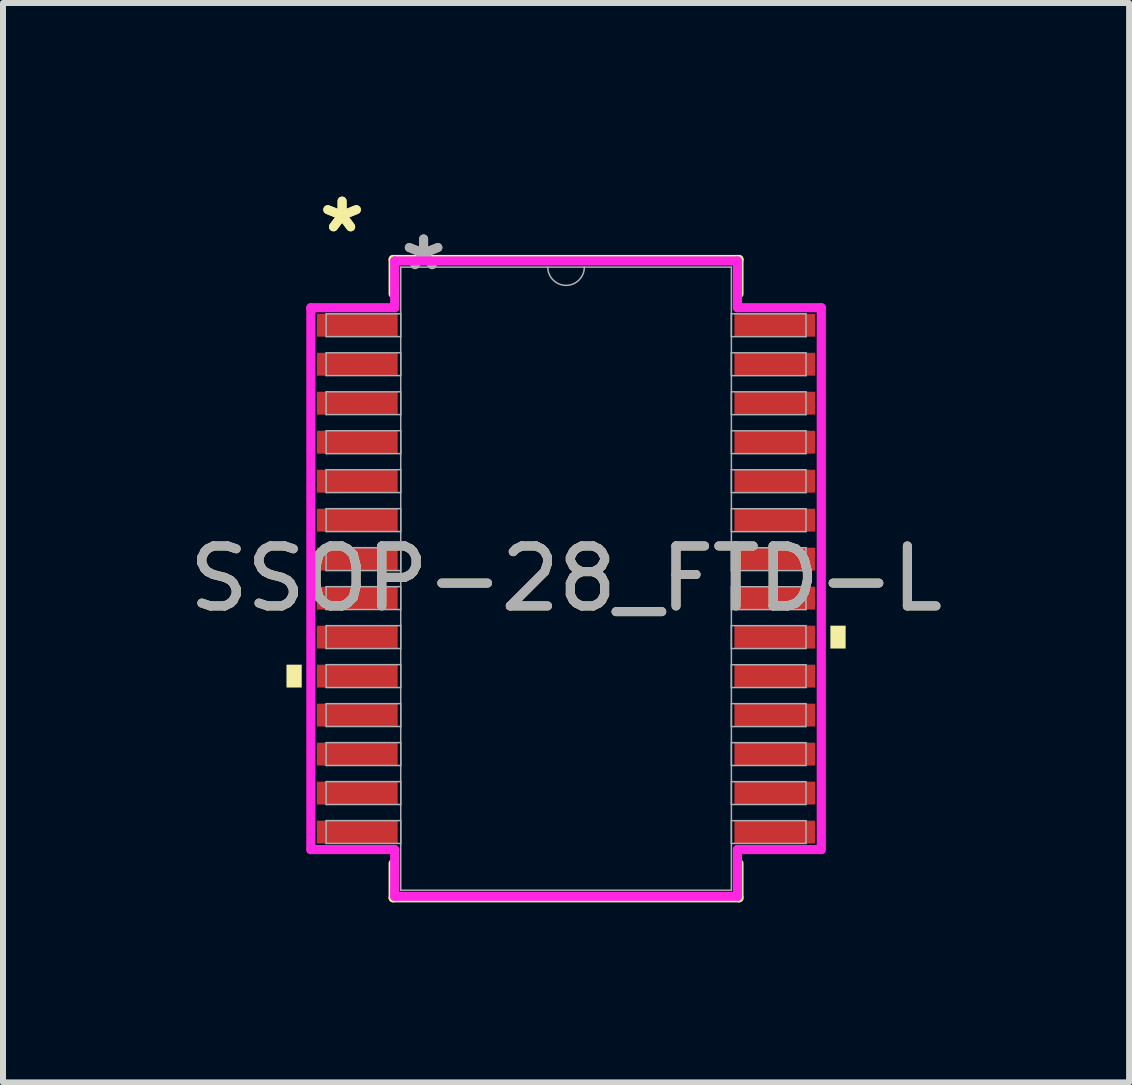
<source format=kicad_pcb>
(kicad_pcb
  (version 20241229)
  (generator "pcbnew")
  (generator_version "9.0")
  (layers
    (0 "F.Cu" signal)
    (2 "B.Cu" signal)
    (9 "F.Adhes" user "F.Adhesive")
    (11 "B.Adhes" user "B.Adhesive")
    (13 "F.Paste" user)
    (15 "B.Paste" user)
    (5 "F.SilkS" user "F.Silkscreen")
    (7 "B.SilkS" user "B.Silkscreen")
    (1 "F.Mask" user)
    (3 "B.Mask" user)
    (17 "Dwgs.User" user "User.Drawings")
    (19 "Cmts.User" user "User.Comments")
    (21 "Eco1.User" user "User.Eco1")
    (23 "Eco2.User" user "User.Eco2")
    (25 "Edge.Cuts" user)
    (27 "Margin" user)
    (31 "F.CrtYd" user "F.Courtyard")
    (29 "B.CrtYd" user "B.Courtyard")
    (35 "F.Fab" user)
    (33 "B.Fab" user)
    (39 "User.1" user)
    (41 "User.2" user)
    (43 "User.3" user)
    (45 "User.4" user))
  (footprint "SSOP-28_FTD-L"
    (layer "F.Cu")
    (at 6.387 6.597)
    (property "Reference" "SSOP-28_FTD-L" (at 0 0 0) (unlocked yes) (layer "F.SilkS") (effects (font (size 1 1) (thickness 0.15))))
    (attr smd)
    (fp_line (start -2.883 -5.321) (end -2.883 -4.748) (stroke (width 0.152) (type solid)) (layer "F.SilkS"))
    (fp_line (start -2.883 4.748) (end -2.883 5.321) (stroke (width 0.152) (type solid)) (layer "F.SilkS"))
    (fp_line (start -2.883 5.321) (end 2.883 5.321) (stroke (width 0.152) (type solid)) (layer "F.SilkS"))
    (fp_line (start 2.883 -5.321) (end -2.883 -5.321) (stroke (width 0.152) (type solid)) (layer "F.SilkS"))
    (fp_line (start 2.883 -4.748) (end 2.883 -5.321) (stroke (width 0.152) (type solid)) (layer "F.SilkS"))
    (fp_line (start 2.883 5.321) (end 2.883 4.748) (stroke (width 0.152) (type solid)) (layer "F.SilkS"))
    (fp_poly (pts (xy -4.661 1.434) (xy -4.661 1.815) (xy -4.407 1.815) (xy -4.407 1.434)) (stroke (width 0) (type solid)) (fill yes) (layer "F.SilkS"))
    (fp_poly (pts (xy 4.661 0.784) (xy 4.661 1.165) (xy 4.407 1.165) (xy 4.407 0.784)) (stroke (width 0) (type solid)) (fill yes) (layer "F.SilkS"))
    (fp_line (start -4.255 -4.517) (end -2.857 -4.517) (stroke (width 0.152) (type solid)) (layer "F.CrtYd"))
    (fp_line (start -4.255 4.517) (end -4.255 -4.517) (stroke (width 0.152) (type solid)) (layer "F.CrtYd"))
    (fp_line (start -4.255 4.517) (end -2.857 4.517) (stroke (width 0.152) (type solid)) (layer "F.CrtYd"))
    (fp_line (start -2.857 -5.296) (end 2.857 -5.296) (stroke (width 0.152) (type solid)) (layer "F.CrtYd"))
    (fp_line (start -2.857 -4.517) (end -2.857 -5.296) (stroke (width 0.152) (type solid)) (layer "F.CrtYd"))
    (fp_line (start -2.857 5.296) (end -2.857 4.517) (stroke (width 0.152) (type solid)) (layer "F.CrtYd"))
    (fp_line (start 2.857 -5.296) (end 2.857 -4.517) (stroke (width 0.152) (type solid)) (layer "F.CrtYd"))
    (fp_line (start 2.857 4.517) (end 2.857 5.296) (stroke (width 0.152) (type solid)) (layer "F.CrtYd"))
    (fp_line (start 2.857 5.296) (end -2.857 5.296) (stroke (width 0.152) (type solid)) (layer "F.CrtYd"))
    (fp_line (start 4.255 -4.517) (end 2.857 -4.517) (stroke (width 0.152) (type solid)) (layer "F.CrtYd"))
    (fp_line (start 4.255 -4.517) (end 4.255 4.517) (stroke (width 0.152) (type solid)) (layer "F.CrtYd"))
    (fp_line (start 4.255 4.517) (end 2.857 4.517) (stroke (width 0.152) (type solid)) (layer "F.CrtYd"))
    (fp_line (start -4 -4.415) (end -4 -4.035) (stroke (width 0.025) (type solid)) (layer "F.Fab"))
    (fp_line (start -4 -4.035) (end -2.756 -4.035) (stroke (width 0.025) (type solid)) (layer "F.Fab"))
    (fp_line (start -4 -3.765) (end -4 -3.385) (stroke (width 0.025) (type solid)) (layer "F.Fab"))
    (fp_line (start -4 -3.385) (end -2.756 -3.385) (stroke (width 0.025) (type solid)) (layer "F.Fab"))
    (fp_line (start -4 -3.115) (end -4 -2.735) (stroke (width 0.025) (type solid)) (layer "F.Fab"))
    (fp_line (start -4 -2.735) (end -2.756 -2.735) (stroke (width 0.025) (type solid)) (layer "F.Fab"))
    (fp_line (start -4 -2.466) (end -4 -2.084) (stroke (width 0.025) (type solid)) (layer "F.Fab"))
    (fp_line (start -4 -2.084) (end -2.756 -2.084) (stroke (width 0.025) (type solid)) (layer "F.Fab"))
    (fp_line (start -4 -1.816) (end -4 -1.435) (stroke (width 0.025) (type solid)) (layer "F.Fab"))
    (fp_line (start -4 -1.435) (end -2.756 -1.435) (stroke (width 0.025) (type solid)) (layer "F.Fab"))
    (fp_line (start -4 -1.166) (end -4 -0.785) (stroke (width 0.025) (type solid)) (layer "F.Fab"))
    (fp_line (start -4 -0.785) (end -2.756 -0.785) (stroke (width 0.025) (type solid)) (layer "F.Fab"))
    (fp_line (start -4 -0.516) (end -4 -0.135) (stroke (width 0.025) (type solid)) (layer "F.Fab"))
    (fp_line (start -4 -0.135) (end -2.756 -0.135) (stroke (width 0.025) (type solid)) (layer "F.Fab"))
    (fp_line (start -4 0.134) (end -4 0.515) (stroke (width 0.025) (type solid)) (layer "F.Fab"))
    (fp_line (start -4 0.515) (end -2.756 0.515) (stroke (width 0.025) (type solid)) (layer "F.Fab"))
    (fp_line (start -4 0.784) (end -4 1.165) (stroke (width 0.025) (type solid)) (layer "F.Fab"))
    (fp_line (start -4 1.165) (end -2.756 1.165) (stroke (width 0.025) (type solid)) (layer "F.Fab"))
    (fp_line (start -4 1.434) (end -4 1.815) (stroke (width 0.025) (type solid)) (layer "F.Fab"))
    (fp_line (start -4 1.815) (end -2.756 1.815) (stroke (width 0.025) (type solid)) (layer "F.Fab"))
    (fp_line (start -4 2.084) (end -4 2.465) (stroke (width 0.025) (type solid)) (layer "F.Fab"))
    (fp_line (start -4 2.465) (end -2.756 2.465) (stroke (width 0.025) (type solid)) (layer "F.Fab"))
    (fp_line (start -4 2.734) (end -4 3.115) (stroke (width 0.025) (type solid)) (layer "F.Fab"))
    (fp_line (start -4 3.115) (end -2.756 3.115) (stroke (width 0.025) (type solid)) (layer "F.Fab"))
    (fp_line (start -4 3.384) (end -4 3.765) (stroke (width 0.025) (type solid)) (layer "F.Fab"))
    (fp_line (start -4 3.765) (end -2.756 3.765) (stroke (width 0.025) (type solid)) (layer "F.Fab"))
    (fp_line (start -4 4.034) (end -4 4.415) (stroke (width 0.025) (type solid)) (layer "F.Fab"))
    (fp_line (start -4 4.415) (end -2.756 4.415) (stroke (width 0.025) (type solid)) (layer "F.Fab"))
    (fp_line (start -2.756 -5.194) (end -2.756 5.194) (stroke (width 0.025) (type solid)) (layer "F.Fab"))
    (fp_line (start -2.756 -4.415) (end -4 -4.415) (stroke (width 0.025) (type solid)) (layer "F.Fab"))
    (fp_line (start -2.756 -4.035) (end -2.756 -4.415) (stroke (width 0.025) (type solid)) (layer "F.Fab"))
    (fp_line (start -2.756 -3.765) (end -4 -3.765) (stroke (width 0.025) (type solid)) (layer "F.Fab"))
    (fp_line (start -2.756 -3.385) (end -2.756 -3.765) (stroke (width 0.025) (type solid)) (layer "F.Fab"))
    (fp_line (start -2.756 -3.115) (end -4 -3.115) (stroke (width 0.025) (type solid)) (layer "F.Fab"))
    (fp_line (start -2.756 -2.735) (end -2.756 -3.115) (stroke (width 0.025) (type solid)) (layer "F.Fab"))
    (fp_line (start -2.756 -2.466) (end -4 -2.466) (stroke (width 0.025) (type solid)) (layer "F.Fab"))
    (fp_line (start -2.756 -2.084) (end -2.756 -2.466) (stroke (width 0.025) (type solid)) (layer "F.Fab"))
    (fp_line (start -2.756 -1.816) (end -4 -1.816) (stroke (width 0.025) (type solid)) (layer "F.Fab"))
    (fp_line (start -2.756 -1.435) (end -2.756 -1.816) (stroke (width 0.025) (type solid)) (layer "F.Fab"))
    (fp_line (start -2.756 -1.166) (end -4 -1.166) (stroke (width 0.025) (type solid)) (layer "F.Fab"))
    (fp_line (start -2.756 -0.785) (end -2.756 -1.166) (stroke (width 0.025) (type solid)) (layer "F.Fab"))
    (fp_line (start -2.756 -0.516) (end -4 -0.516) (stroke (width 0.025) (type solid)) (layer "F.Fab"))
    (fp_line (start -2.756 -0.135) (end -2.756 -0.516) (stroke (width 0.025) (type solid)) (layer "F.Fab"))
    (fp_line (start -2.756 0.134) (end -4 0.134) (stroke (width 0.025) (type solid)) (layer "F.Fab"))
    (fp_line (start -2.756 0.515) (end -2.756 0.134) (stroke (width 0.025) (type solid)) (layer "F.Fab"))
    (fp_line (start -2.756 0.784) (end -4 0.784) (stroke (width 0.025) (type solid)) (layer "F.Fab"))
    (fp_line (start -2.756 1.165) (end -2.756 0.784) (stroke (width 0.025) (type solid)) (layer "F.Fab"))
    (fp_line (start -2.756 1.434) (end -4 1.434) (stroke (width 0.025) (type solid)) (layer "F.Fab"))
    (fp_line (start -2.756 1.815) (end -2.756 1.434) (stroke (width 0.025) (type solid)) (layer "F.Fab"))
    (fp_line (start -2.756 2.084) (end -4 2.084) (stroke (width 0.025) (type solid)) (layer "F.Fab"))
    (fp_line (start -2.756 2.465) (end -2.756 2.084) (stroke (width 0.025) (type solid)) (layer "F.Fab"))
    (fp_line (start -2.756 2.734) (end -4 2.734) (stroke (width 0.025) (type solid)) (layer "F.Fab"))
    (fp_line (start -2.756 3.115) (end -2.756 2.734) (stroke (width 0.025) (type solid)) (layer "F.Fab"))
    (fp_line (start -2.756 3.384) (end -4 3.384) (stroke (width 0.025) (type solid)) (layer "F.Fab"))
    (fp_line (start -2.756 3.765) (end -2.756 3.384) (stroke (width 0.025) (type solid)) (layer "F.Fab"))
    (fp_line (start -2.756 4.034) (end -4 4.034) (stroke (width 0.025) (type solid)) (layer "F.Fab"))
    (fp_line (start -2.756 4.415) (end -2.756 4.034) (stroke (width 0.025) (type solid)) (layer "F.Fab"))
    (fp_line (start -2.756 5.194) (end 2.756 5.194) (stroke (width 0.025) (type solid)) (layer "F.Fab"))
    (fp_line (start 2.756 -5.194) (end -2.756 -5.194) (stroke (width 0.025) (type solid)) (layer "F.Fab"))
    (fp_line (start 2.756 -4.415) (end 2.756 -4.034) (stroke (width 0.025) (type solid)) (layer "F.Fab"))
    (fp_line (start 2.756 -4.034) (end 4 -4.034) (stroke (width 0.025) (type solid)) (layer "F.Fab"))
    (fp_line (start 2.756 -3.765) (end 2.756 -3.384) (stroke (width 0.025) (type solid)) (layer "F.Fab"))
    (fp_line (start 2.756 -3.384) (end 4 -3.384) (stroke (width 0.025) (type solid)) (layer "F.Fab"))
    (fp_line (start 2.756 -3.115) (end 2.756 -2.734) (stroke (width 0.025) (type solid)) (layer "F.Fab"))
    (fp_line (start 2.756 -2.734) (end 4 -2.734) (stroke (width 0.025) (type solid)) (layer "F.Fab"))
    (fp_line (start 2.756 -2.465) (end 2.756 -2.084) (stroke (width 0.025) (type solid)) (layer "F.Fab"))
    (fp_line (start 2.756 -2.084) (end 4 -2.084) (stroke (width 0.025) (type solid)) (layer "F.Fab"))
    (fp_line (start 2.756 -1.815) (end 2.756 -1.434) (stroke (width 0.025) (type solid)) (layer "F.Fab"))
    (fp_line (start 2.756 -1.434) (end 4 -1.434) (stroke (width 0.025) (type solid)) (layer "F.Fab"))
    (fp_line (start 2.756 -1.165) (end 2.756 -0.784) (stroke (width 0.025) (type solid)) (layer "F.Fab"))
    (fp_line (start 2.756 -0.784) (end 4 -0.784) (stroke (width 0.025) (type solid)) (layer "F.Fab"))
    (fp_line (start 2.756 -0.515) (end 2.756 -0.134) (stroke (width 0.025) (type solid)) (layer "F.Fab"))
    (fp_line (start 2.756 -0.134) (end 4 -0.134) (stroke (width 0.025) (type solid)) (layer "F.Fab"))
    (fp_line (start 2.756 0.135) (end 2.756 0.516) (stroke (width 0.025) (type solid)) (layer "F.Fab"))
    (fp_line (start 2.756 0.516) (end 4 0.516) (stroke (width 0.025) (type solid)) (layer "F.Fab"))
    (fp_line (start 2.756 0.784) (end 2.756 1.165) (stroke (width 0.025) (type solid)) (layer "F.Fab"))
    (fp_line (start 2.756 1.165) (end 4 1.165) (stroke (width 0.025) (type solid)) (layer "F.Fab"))
    (fp_line (start 2.756 1.435) (end 2.756 1.815) (stroke (width 0.025) (type solid)) (layer "F.Fab"))
    (fp_line (start 2.756 1.815) (end 4 1.815) (stroke (width 0.025) (type solid)) (layer "F.Fab"))
    (fp_line (start 2.756 2.084) (end 2.756 2.466) (stroke (width 0.025) (type solid)) (layer "F.Fab"))
    (fp_line (start 2.756 2.466) (end 4 2.466) (stroke (width 0.025) (type solid)) (layer "F.Fab"))
    (fp_line (start 2.756 2.735) (end 2.756 3.115) (stroke (width 0.025) (type solid)) (layer "F.Fab"))
    (fp_line (start 2.756 3.115) (end 4 3.115) (stroke (width 0.025) (type solid)) (layer "F.Fab"))
    (fp_line (start 2.756 3.385) (end 2.756 3.765) (stroke (width 0.025) (type solid)) (layer "F.Fab"))
    (fp_line (start 2.756 3.765) (end 4 3.765) (stroke (width 0.025) (type solid)) (layer "F.Fab"))
    (fp_line (start 2.756 4.035) (end 2.756 4.415) (stroke (width 0.025) (type solid)) (layer "F.Fab"))
    (fp_line (start 2.756 4.415) (end 4 4.415) (stroke (width 0.025) (type solid)) (layer "F.Fab"))
    (fp_line (start 2.756 5.194) (end 2.756 -5.194) (stroke (width 0.025) (type solid)) (layer "F.Fab"))
    (fp_line (start 4 -4.415) (end 2.756 -4.415) (stroke (width 0.025) (type solid)) (layer "F.Fab"))
    (fp_line (start 4 -4.034) (end 4 -4.415) (stroke (width 0.025) (type solid)) (layer "F.Fab"))
    (fp_line (start 4 -3.765) (end 2.756 -3.765) (stroke (width 0.025) (type solid)) (layer "F.Fab"))
    (fp_line (start 4 -3.384) (end 4 -3.765) (stroke (width 0.025) (type solid)) (layer "F.Fab"))
    (fp_line (start 4 -3.115) (end 2.756 -3.115) (stroke (width 0.025) (type solid)) (layer "F.Fab"))
    (fp_line (start 4 -2.734) (end 4 -3.115) (stroke (width 0.025) (type solid)) (layer "F.Fab"))
    (fp_line (start 4 -2.465) (end 2.756 -2.465) (stroke (width 0.025) (type solid)) (layer "F.Fab"))
    (fp_line (start 4 -2.084) (end 4 -2.465) (stroke (width 0.025) (type solid)) (layer "F.Fab"))
    (fp_line (start 4 -1.815) (end 2.756 -1.815) (stroke (width 0.025) (type solid)) (layer "F.Fab"))
    (fp_line (start 4 -1.434) (end 4 -1.815) (stroke (width 0.025) (type solid)) (layer "F.Fab"))
    (fp_line (start 4 -1.165) (end 2.756 -1.165) (stroke (width 0.025) (type solid)) (layer "F.Fab"))
    (fp_line (start 4 -0.784) (end 4 -1.165) (stroke (width 0.025) (type solid)) (layer "F.Fab"))
    (fp_line (start 4 -0.515) (end 2.756 -0.515) (stroke (width 0.025) (type solid)) (layer "F.Fab"))
    (fp_line (start 4 -0.134) (end 4 -0.515) (stroke (width 0.025) (type solid)) (layer "F.Fab"))
    (fp_line (start 4 0.135) (end 2.756 0.135) (stroke (width 0.025) (type solid)) (layer "F.Fab"))
    (fp_line (start 4 0.516) (end 4 0.135) (stroke (width 0.025) (type solid)) (layer "F.Fab"))
    (fp_line (start 4 0.784) (end 2.756 0.784) (stroke (width 0.025) (type solid)) (layer "F.Fab"))
    (fp_line (start 4 1.165) (end 4 0.784) (stroke (width 0.025) (type solid)) (layer "F.Fab"))
    (fp_line (start 4 1.435) (end 2.756 1.435) (stroke (width 0.025) (type solid)) (layer "F.Fab"))
    (fp_line (start 4 1.815) (end 4 1.435) (stroke (width 0.025) (type solid)) (layer "F.Fab"))
    (fp_line (start 4 2.084) (end 2.756 2.084) (stroke (width 0.025) (type solid)) (layer "F.Fab"))
    (fp_line (start 4 2.466) (end 4 2.084) (stroke (width 0.025) (type solid)) (layer "F.Fab"))
    (fp_line (start 4 2.735) (end 2.756 2.735) (stroke (width 0.025) (type solid)) (layer "F.Fab"))
    (fp_line (start 4 3.115) (end 4 2.735) (stroke (width 0.025) (type solid)) (layer "F.Fab"))
    (fp_line (start 4 3.385) (end 2.756 3.385) (stroke (width 0.025) (type solid)) (layer "F.Fab"))
    (fp_line (start 4 3.765) (end 4 3.385) (stroke (width 0.025) (type solid)) (layer "F.Fab"))
    (fp_line (start 4 4.035) (end 2.756 4.035) (stroke (width 0.025) (type solid)) (layer "F.Fab"))
    (fp_line (start 4 4.415) (end 4 4.035) (stroke (width 0.025) (type solid)) (layer "F.Fab"))
    (fp_arc (start 0.3048 -5.1943) (mid 0 -4.8895) (end -0.3048 -5.1943) (stroke (width 0.0254) (type solid)) (layer "F.Fab"))
    (fp_text user "*" (at -3.734 -5.749 0) (unlocked yes) (layer "F.SilkS") (effects (font (size 1 1) (thickness 0.15))))
    (fp_text user "*" (at -3.734 -5.749 0) (layer "F.SilkS") (effects (font (size 1 1) (thickness 0.15))))
    (fp_text user "${REFERENCE}" (at 0 0 0) (unlocked yes) (layer "F.Fab") (effects (font (size 1 1) (thickness 0.15))))
    (fp_text user "*" (at -2.375 -5.118 0) (unlocked yes) (layer "F.Fab") (effects (font (size 1 1) (thickness 0.15))))
    (fp_text user "*" (at -2.375 -5.118 0) (layer "F.Fab") (effects (font (size 1 1) (thickness 0.15))))
    (pad "1" smd rect (at -3.48 -4.225) (size 1.346 0.381) (layers "F.Cu" "F.Mask" "F.Paste"))
    (pad "2" smd rect (at -3.48 -3.575) (size 1.346 0.381) (layers "F.Cu" "F.Mask" "F.Paste"))
    (pad "3" smd rect (at -3.48 -2.925) (size 1.346 0.381) (layers "F.Cu" "F.Mask" "F.Paste"))
    (pad "4" smd rect (at -3.48 -2.275) (size 1.346 0.381) (layers "F.Cu" "F.Mask" "F.Paste"))
    (pad "5" smd rect (at -3.48 -1.625) (size 1.346 0.381) (layers "F.Cu" "F.Mask" "F.Paste"))
    (pad "6" smd rect (at -3.48 -0.975) (size 1.346 0.381) (layers "F.Cu" "F.Mask" "F.Paste"))
    (pad "7" smd rect (at -3.48 -0.325) (size 1.346 0.381) (layers "F.Cu" "F.Mask" "F.Paste"))
    (pad "8" smd rect (at -3.48 0.325) (size 1.346 0.381) (layers "F.Cu" "F.Mask" "F.Paste"))
    (pad "9" smd rect (at -3.48 0.975) (size 1.346 0.381) (layers "F.Cu" "F.Mask" "F.Paste"))
    (pad "10" smd rect (at -3.48 1.625) (size 1.346 0.381) (layers "F.Cu" "F.Mask" "F.Paste"))
    (pad "11" smd rect (at -3.48 2.275) (size 1.346 0.381) (layers "F.Cu" "F.Mask" "F.Paste"))
    (pad "12" smd rect (at -3.48 2.925) (size 1.346 0.381) (layers "F.Cu" "F.Mask" "F.Paste"))
    (pad "13" smd rect (at -3.48 3.575) (size 1.346 0.381) (layers "F.Cu" "F.Mask" "F.Paste"))
    (pad "14" smd rect (at -3.48 4.225) (size 1.346 0.381) (layers "F.Cu" "F.Mask" "F.Paste"))
    (pad "15" smd rect (at 3.48 4.225) (size 1.346 0.381) (layers "F.Cu" "F.Mask" "F.Paste"))
    (pad "16" smd rect (at 3.48 3.575) (size 1.346 0.381) (layers "F.Cu" "F.Mask" "F.Paste"))
    (pad "17" smd rect (at 3.48 2.925) (size 1.346 0.381) (layers "F.Cu" "F.Mask" "F.Paste"))
    (pad "18" smd rect (at 3.48 2.275) (size 1.346 0.381) (layers "F.Cu" "F.Mask" "F.Paste"))
    (pad "19" smd rect (at 3.48 1.625) (size 1.346 0.381) (layers "F.Cu" "F.Mask" "F.Paste"))
    (pad "20" smd rect (at 3.48 0.975) (size 1.346 0.381) (layers "F.Cu" "F.Mask" "F.Paste"))
    (pad "21" smd rect (at 3.48 0.325) (size 1.346 0.381) (layers "F.Cu" "F.Mask" "F.Paste"))
    (pad "22" smd rect (at 3.48 -0.325) (size 1.346 0.381) (layers "F.Cu" "F.Mask" "F.Paste"))
    (pad "23" smd rect (at 3.48 -0.975) (size 1.346 0.381) (layers "F.Cu" "F.Mask" "F.Paste"))
    (pad "24" smd rect (at 3.48 -1.625) (size 1.346 0.381) (layers "F.Cu" "F.Mask" "F.Paste"))
    (pad "25" smd rect (at 3.48 -2.275) (size 1.346 0.381) (layers "F.Cu" "F.Mask" "F.Paste"))
    (pad "26" smd rect (at 3.48 -2.925) (size 1.346 0.381) (layers "F.Cu" "F.Mask" "F.Paste"))
    (pad "27" smd rect (at 3.48 -3.575) (size 1.346 0.381) (layers "F.Cu" "F.Mask" "F.Paste"))
    (pad "28" smd rect (at 3.48 -4.225) (size 1.346 0.381) (layers "F.Cu" "F.Mask" "F.Paste")))
  (gr_rect
    (start -3 -3)
    (end 15.774 14.995)
    (stroke (width 0.1) (type default))
    (fill no)
    (layer "Edge.Cuts")))
</source>
